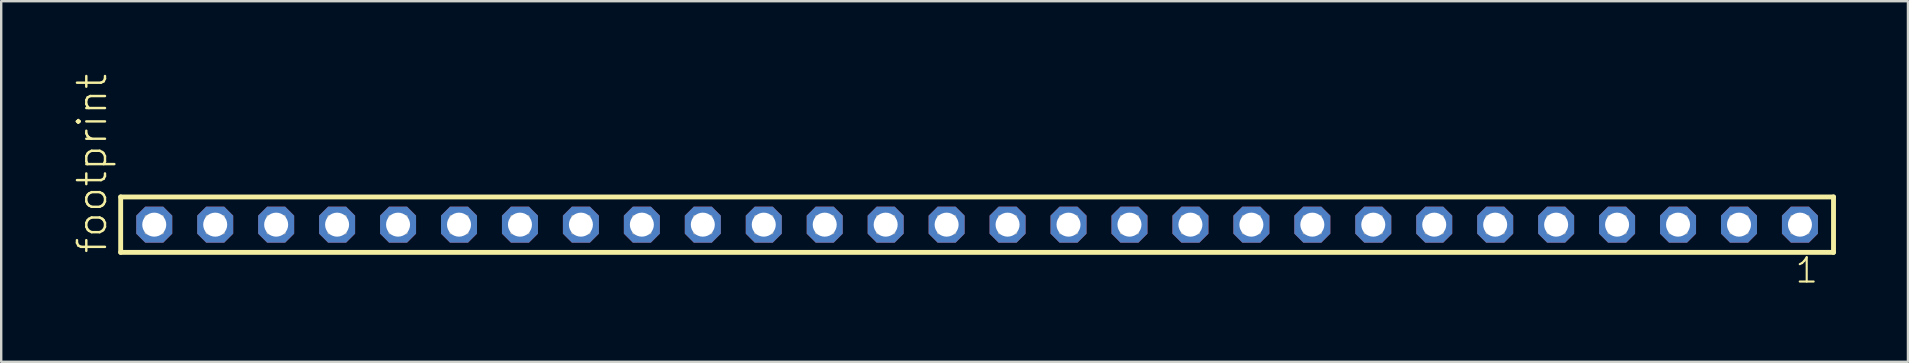
<source format=kicad_pcb>
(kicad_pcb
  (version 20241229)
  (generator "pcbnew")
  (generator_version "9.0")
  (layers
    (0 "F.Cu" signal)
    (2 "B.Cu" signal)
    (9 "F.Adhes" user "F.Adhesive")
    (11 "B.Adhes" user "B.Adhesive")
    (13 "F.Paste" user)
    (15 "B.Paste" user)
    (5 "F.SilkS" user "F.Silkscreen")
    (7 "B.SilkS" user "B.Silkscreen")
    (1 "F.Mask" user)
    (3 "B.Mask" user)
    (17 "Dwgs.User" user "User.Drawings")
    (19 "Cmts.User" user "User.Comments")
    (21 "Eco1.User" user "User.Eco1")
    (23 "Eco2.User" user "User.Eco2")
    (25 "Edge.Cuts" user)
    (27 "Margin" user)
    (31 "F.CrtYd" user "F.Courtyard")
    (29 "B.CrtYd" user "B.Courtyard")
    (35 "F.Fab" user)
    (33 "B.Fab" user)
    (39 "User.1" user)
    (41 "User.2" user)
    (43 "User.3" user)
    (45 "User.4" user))
  (footprint "footprint"
    (layer "F.Cu")
    (at 37.668 6.312)
    (property "Reference" "footprint" (at -36.195 1.27 90) (layer "F.SilkS") (effects (font (size 1.168 1.168) (thickness 0.102)) (justify left bottom)))
    (fp_line (start -35.689 -1.155) (end 35.689 -1.155) (stroke (width 0.203) (type solid)) (layer "F.SilkS"))
    (fp_line (start -35.689 1.155) (end -35.689 -1.155) (stroke (width 0.203) (type solid)) (layer "F.SilkS"))
    (fp_line (start 35.689 -1.155) (end 35.689 1.155) (stroke (width 0.203) (type solid)) (layer "F.SilkS"))
    (fp_line (start 35.689 1.155) (end -35.689 1.155) (stroke (width 0.203) (type solid)) (layer "F.SilkS"))
    (fp_poly (pts (xy -34.64 0.35) (xy -33.94 0.35) (xy -33.94 -0.35) (xy -34.64 -0.35)) (stroke (width 0.1) (type solid)) (fill no) (layer "F.Fab"))
    (fp_poly (pts (xy -32.1 0.35) (xy -31.4 0.35) (xy -31.4 -0.35) (xy -32.1 -0.35)) (stroke (width 0.1) (type solid)) (fill no) (layer "F.Fab"))
    (fp_poly (pts (xy -29.56 0.35) (xy -28.86 0.35) (xy -28.86 -0.35) (xy -29.56 -0.35)) (stroke (width 0.1) (type solid)) (fill no) (layer "F.Fab"))
    (fp_poly (pts (xy -27.02 0.35) (xy -26.32 0.35) (xy -26.32 -0.35) (xy -27.02 -0.35)) (stroke (width 0.1) (type solid)) (fill no) (layer "F.Fab"))
    (fp_poly (pts (xy -24.48 0.35) (xy -23.78 0.35) (xy -23.78 -0.35) (xy -24.48 -0.35)) (stroke (width 0.1) (type solid)) (fill no) (layer "F.Fab"))
    (fp_poly (pts (xy -21.94 0.35) (xy -21.24 0.35) (xy -21.24 -0.35) (xy -21.94 -0.35)) (stroke (width 0.1) (type solid)) (fill no) (layer "F.Fab"))
    (fp_poly (pts (xy -19.4 0.35) (xy -18.7 0.35) (xy -18.7 -0.35) (xy -19.4 -0.35)) (stroke (width 0.1) (type solid)) (fill no) (layer "F.Fab"))
    (fp_poly (pts (xy -16.86 0.35) (xy -16.16 0.35) (xy -16.16 -0.35) (xy -16.86 -0.35)) (stroke (width 0.1) (type solid)) (fill no) (layer "F.Fab"))
    (fp_poly (pts (xy -14.32 0.35) (xy -13.62 0.35) (xy -13.62 -0.35) (xy -14.32 -0.35)) (stroke (width 0.1) (type solid)) (fill no) (layer "F.Fab"))
    (fp_poly (pts (xy -11.78 0.35) (xy -11.08 0.35) (xy -11.08 -0.35) (xy -11.78 -0.35)) (stroke (width 0.1) (type solid)) (fill no) (layer "F.Fab"))
    (fp_poly (pts (xy -9.24 0.35) (xy -8.54 0.35) (xy -8.54 -0.35) (xy -9.24 -0.35)) (stroke (width 0.1) (type solid)) (fill no) (layer "F.Fab"))
    (fp_poly (pts (xy -6.7 0.35) (xy -6 0.35) (xy -6 -0.35) (xy -6.7 -0.35)) (stroke (width 0.1) (type solid)) (fill no) (layer "F.Fab"))
    (fp_poly (pts (xy -4.16 0.35) (xy -3.46 0.35) (xy -3.46 -0.35) (xy -4.16 -0.35)) (stroke (width 0.1) (type solid)) (fill no) (layer "F.Fab"))
    (fp_poly (pts (xy -1.62 0.35) (xy -0.92 0.35) (xy -0.92 -0.35) (xy -1.62 -0.35)) (stroke (width 0.1) (type solid)) (fill no) (layer "F.Fab"))
    (fp_poly (pts (xy 0.92 0.35) (xy 1.62 0.35) (xy 1.62 -0.35) (xy 0.92 -0.35)) (stroke (width 0.1) (type solid)) (fill no) (layer "F.Fab"))
    (fp_poly (pts (xy 3.46 0.35) (xy 4.16 0.35) (xy 4.16 -0.35) (xy 3.46 -0.35)) (stroke (width 0.1) (type solid)) (fill no) (layer "F.Fab"))
    (fp_poly (pts (xy 6 0.35) (xy 6.7 0.35) (xy 6.7 -0.35) (xy 6 -0.35)) (stroke (width 0.1) (type solid)) (fill no) (layer "F.Fab"))
    (fp_poly (pts (xy 8.54 0.35) (xy 9.24 0.35) (xy 9.24 -0.35) (xy 8.54 -0.35)) (stroke (width 0.1) (type solid)) (fill no) (layer "F.Fab"))
    (fp_poly (pts (xy 11.08 0.35) (xy 11.78 0.35) (xy 11.78 -0.35) (xy 11.08 -0.35)) (stroke (width 0.1) (type solid)) (fill no) (layer "F.Fab"))
    (fp_poly (pts (xy 13.62 0.35) (xy 14.32 0.35) (xy 14.32 -0.35) (xy 13.62 -0.35)) (stroke (width 0.1) (type solid)) (fill no) (layer "F.Fab"))
    (fp_poly (pts (xy 16.16 0.35) (xy 16.86 0.35) (xy 16.86 -0.35) (xy 16.16 -0.35)) (stroke (width 0.1) (type solid)) (fill no) (layer "F.Fab"))
    (fp_poly (pts (xy 18.7 0.35) (xy 19.4 0.35) (xy 19.4 -0.35) (xy 18.7 -0.35)) (stroke (width 0.1) (type solid)) (fill no) (layer "F.Fab"))
    (fp_poly (pts (xy 21.24 0.35) (xy 21.94 0.35) (xy 21.94 -0.35) (xy 21.24 -0.35)) (stroke (width 0.1) (type solid)) (fill no) (layer "F.Fab"))
    (fp_poly (pts (xy 23.78 0.35) (xy 24.48 0.35) (xy 24.48 -0.35) (xy 23.78 -0.35)) (stroke (width 0.1) (type solid)) (fill no) (layer "F.Fab"))
    (fp_poly (pts (xy 26.32 0.35) (xy 27.02 0.35) (xy 27.02 -0.35) (xy 26.32 -0.35)) (stroke (width 0.1) (type solid)) (fill no) (layer "F.Fab"))
    (fp_poly (pts (xy 28.86 0.35) (xy 29.56 0.35) (xy 29.56 -0.35) (xy 28.86 -0.35)) (stroke (width 0.1) (type solid)) (fill no) (layer "F.Fab"))
    (fp_poly (pts (xy 31.4 0.35) (xy 32.1 0.35) (xy 32.1 -0.35) (xy 31.4 -0.35)) (stroke (width 0.1) (type solid)) (fill no) (layer "F.Fab"))
    (fp_poly (pts (xy 33.94 0.35) (xy 34.64 0.35) (xy 34.64 -0.35) (xy 33.94 -0.35)) (stroke (width 0.1) (type solid)) (fill no) (layer "F.Fab"))
    (fp_text user "1" (at 34.032 2.498 0) (layer "F.SilkS") (effects (font (size 1.012 1.012) (thickness 0.088)) (justify left bottom)))
    (pad "1" thru_hole roundrect (at 34.29 0 180) (size 1.5 1.5) (drill 1) (layers "*.Cu" "*.Mask") (roundrect_rratio 0.25) (chamfer_ratio 0.25) (chamfer top_left top_right bottom_left bottom_right))
    (pad "2" thru_hole roundrect (at 31.75 0 180) (size 1.5 1.5) (drill 1) (layers "*.Cu" "*.Mask") (roundrect_rratio 0.25) (chamfer_ratio 0.25) (chamfer top_left top_right bottom_left bottom_right))
    (pad "3" thru_hole roundrect (at 29.21 0 180) (size 1.5 1.5) (drill 1) (layers "*.Cu" "*.Mask") (roundrect_rratio 0.25) (chamfer_ratio 0.25) (chamfer top_left top_right bottom_left bottom_right))
    (pad "4" thru_hole roundrect (at 26.67 0 180) (size 1.5 1.5) (drill 1) (layers "*.Cu" "*.Mask") (roundrect_rratio 0.25) (chamfer_ratio 0.25) (chamfer top_left top_right bottom_left bottom_right))
    (pad "5" thru_hole roundrect (at 24.13 0 180) (size 1.5 1.5) (drill 1) (layers "*.Cu" "*.Mask") (roundrect_rratio 0.25) (chamfer_ratio 0.25) (chamfer top_left top_right bottom_left bottom_right))
    (pad "6" thru_hole roundrect (at 21.59 0 180) (size 1.5 1.5) (drill 1) (layers "*.Cu" "*.Mask") (roundrect_rratio 0.25) (chamfer_ratio 0.25) (chamfer top_left top_right bottom_left bottom_right))
    (pad "7" thru_hole roundrect (at 19.05 0 180) (size 1.5 1.5) (drill 1) (layers "*.Cu" "*.Mask") (roundrect_rratio 0.25) (chamfer_ratio 0.25) (chamfer top_left top_right bottom_left bottom_right))
    (pad "8" thru_hole roundrect (at 16.51 0 180) (size 1.5 1.5) (drill 1) (layers "*.Cu" "*.Mask") (roundrect_rratio 0.25) (chamfer_ratio 0.25) (chamfer top_left top_right bottom_left bottom_right))
    (pad "9" thru_hole roundrect (at 13.97 0 180) (size 1.5 1.5) (drill 1) (layers "*.Cu" "*.Mask") (roundrect_rratio 0.25) (chamfer_ratio 0.25) (chamfer top_left top_right bottom_left bottom_right))
    (pad "10" thru_hole roundrect (at 11.43 0 180) (size 1.5 1.5) (drill 1) (layers "*.Cu" "*.Mask") (roundrect_rratio 0.25) (chamfer_ratio 0.25) (chamfer top_left top_right bottom_left bottom_right))
    (pad "11" thru_hole roundrect (at 8.89 0 180) (size 1.5 1.5) (drill 1) (layers "*.Cu" "*.Mask") (roundrect_rratio 0.25) (chamfer_ratio 0.25) (chamfer top_left top_right bottom_left bottom_right))
    (pad "12" thru_hole roundrect (at 6.35 0 180) (size 1.5 1.5) (drill 1) (layers "*.Cu" "*.Mask") (roundrect_rratio 0.25) (chamfer_ratio 0.25) (chamfer top_left top_right bottom_left bottom_right))
    (pad "13" thru_hole roundrect (at 3.81 0 180) (size 1.5 1.5) (drill 1) (layers "*.Cu" "*.Mask") (roundrect_rratio 0.25) (chamfer_ratio 0.25) (chamfer top_left top_right bottom_left bottom_right))
    (pad "14" thru_hole roundrect (at 1.27 0 180) (size 1.5 1.5) (drill 1) (layers "*.Cu" "*.Mask") (roundrect_rratio 0.25) (chamfer_ratio 0.25) (chamfer top_left top_right bottom_left bottom_right))
    (pad "15" thru_hole roundrect (at -1.27 0 180) (size 1.5 1.5) (drill 1) (layers "*.Cu" "*.Mask") (roundrect_rratio 0.25) (chamfer_ratio 0.25) (chamfer top_left top_right bottom_left bottom_right))
    (pad "16" thru_hole roundrect (at -3.81 0 180) (size 1.5 1.5) (drill 1) (layers "*.Cu" "*.Mask") (roundrect_rratio 0.25) (chamfer_ratio 0.25) (chamfer top_left top_right bottom_left bottom_right))
    (pad "17" thru_hole roundrect (at -6.35 0 180) (size 1.5 1.5) (drill 1) (layers "*.Cu" "*.Mask") (roundrect_rratio 0.25) (chamfer_ratio 0.25) (chamfer top_left top_right bottom_left bottom_right))
    (pad "18" thru_hole roundrect (at -8.89 0 180) (size 1.5 1.5) (drill 1) (layers "*.Cu" "*.Mask") (roundrect_rratio 0.25) (chamfer_ratio 0.25) (chamfer top_left top_right bottom_left bottom_right))
    (pad "19" thru_hole roundrect (at -11.43 0 180) (size 1.5 1.5) (drill 1) (layers "*.Cu" "*.Mask") (roundrect_rratio 0.25) (chamfer_ratio 0.25) (chamfer top_left top_right bottom_left bottom_right))
    (pad "20" thru_hole roundrect (at -13.97 0 180) (size 1.5 1.5) (drill 1) (layers "*.Cu" "*.Mask") (roundrect_rratio 0.25) (chamfer_ratio 0.25) (chamfer top_left top_right bottom_left bottom_right))
    (pad "21" thru_hole roundrect (at -16.51 0 180) (size 1.5 1.5) (drill 1) (layers "*.Cu" "*.Mask") (roundrect_rratio 0.25) (chamfer_ratio 0.25) (chamfer top_left top_right bottom_left bottom_right))
    (pad "22" thru_hole roundrect (at -19.05 0 180) (size 1.5 1.5) (drill 1) (layers "*.Cu" "*.Mask") (roundrect_rratio 0.25) (chamfer_ratio 0.25) (chamfer top_left top_right bottom_left bottom_right))
    (pad "23" thru_hole roundrect (at -21.59 0 180) (size 1.5 1.5) (drill 1) (layers "*.Cu" "*.Mask") (roundrect_rratio 0.25) (chamfer_ratio 0.25) (chamfer top_left top_right bottom_left bottom_right))
    (pad "24" thru_hole roundrect (at -24.13 0 180) (size 1.5 1.5) (drill 1) (layers "*.Cu" "*.Mask") (roundrect_rratio 0.25) (chamfer_ratio 0.25) (chamfer top_left top_right bottom_left bottom_right))
    (pad "25" thru_hole roundrect (at -26.67 0 180) (size 1.5 1.5) (drill 1) (layers "*.Cu" "*.Mask") (roundrect_rratio 0.25) (chamfer_ratio 0.25) (chamfer top_left top_right bottom_left bottom_right))
    (pad "26" thru_hole roundrect (at -29.21 0 180) (size 1.5 1.5) (drill 1) (layers "*.Cu" "*.Mask") (roundrect_rratio 0.25) (chamfer_ratio 0.25) (chamfer top_left top_right bottom_left bottom_right))
    (pad "27" thru_hole roundrect (at -31.75 0 180) (size 1.5 1.5) (drill 1) (layers "*.Cu" "*.Mask") (roundrect_rratio 0.25) (chamfer_ratio 0.25) (chamfer top_left top_right bottom_left bottom_right))
    (pad "28" thru_hole roundrect (at -34.29 0 180) (size 1.5 1.5) (drill 1) (layers "*.Cu" "*.Mask") (roundrect_rratio 0.25) (chamfer_ratio 0.25) (chamfer top_left top_right bottom_left bottom_right)))
  (gr_rect
    (start -3 -3)
    (end 76.459 12.027)
    (stroke (width 0.1) (type default))
    (fill no)
    (layer "Edge.Cuts")))
</source>
